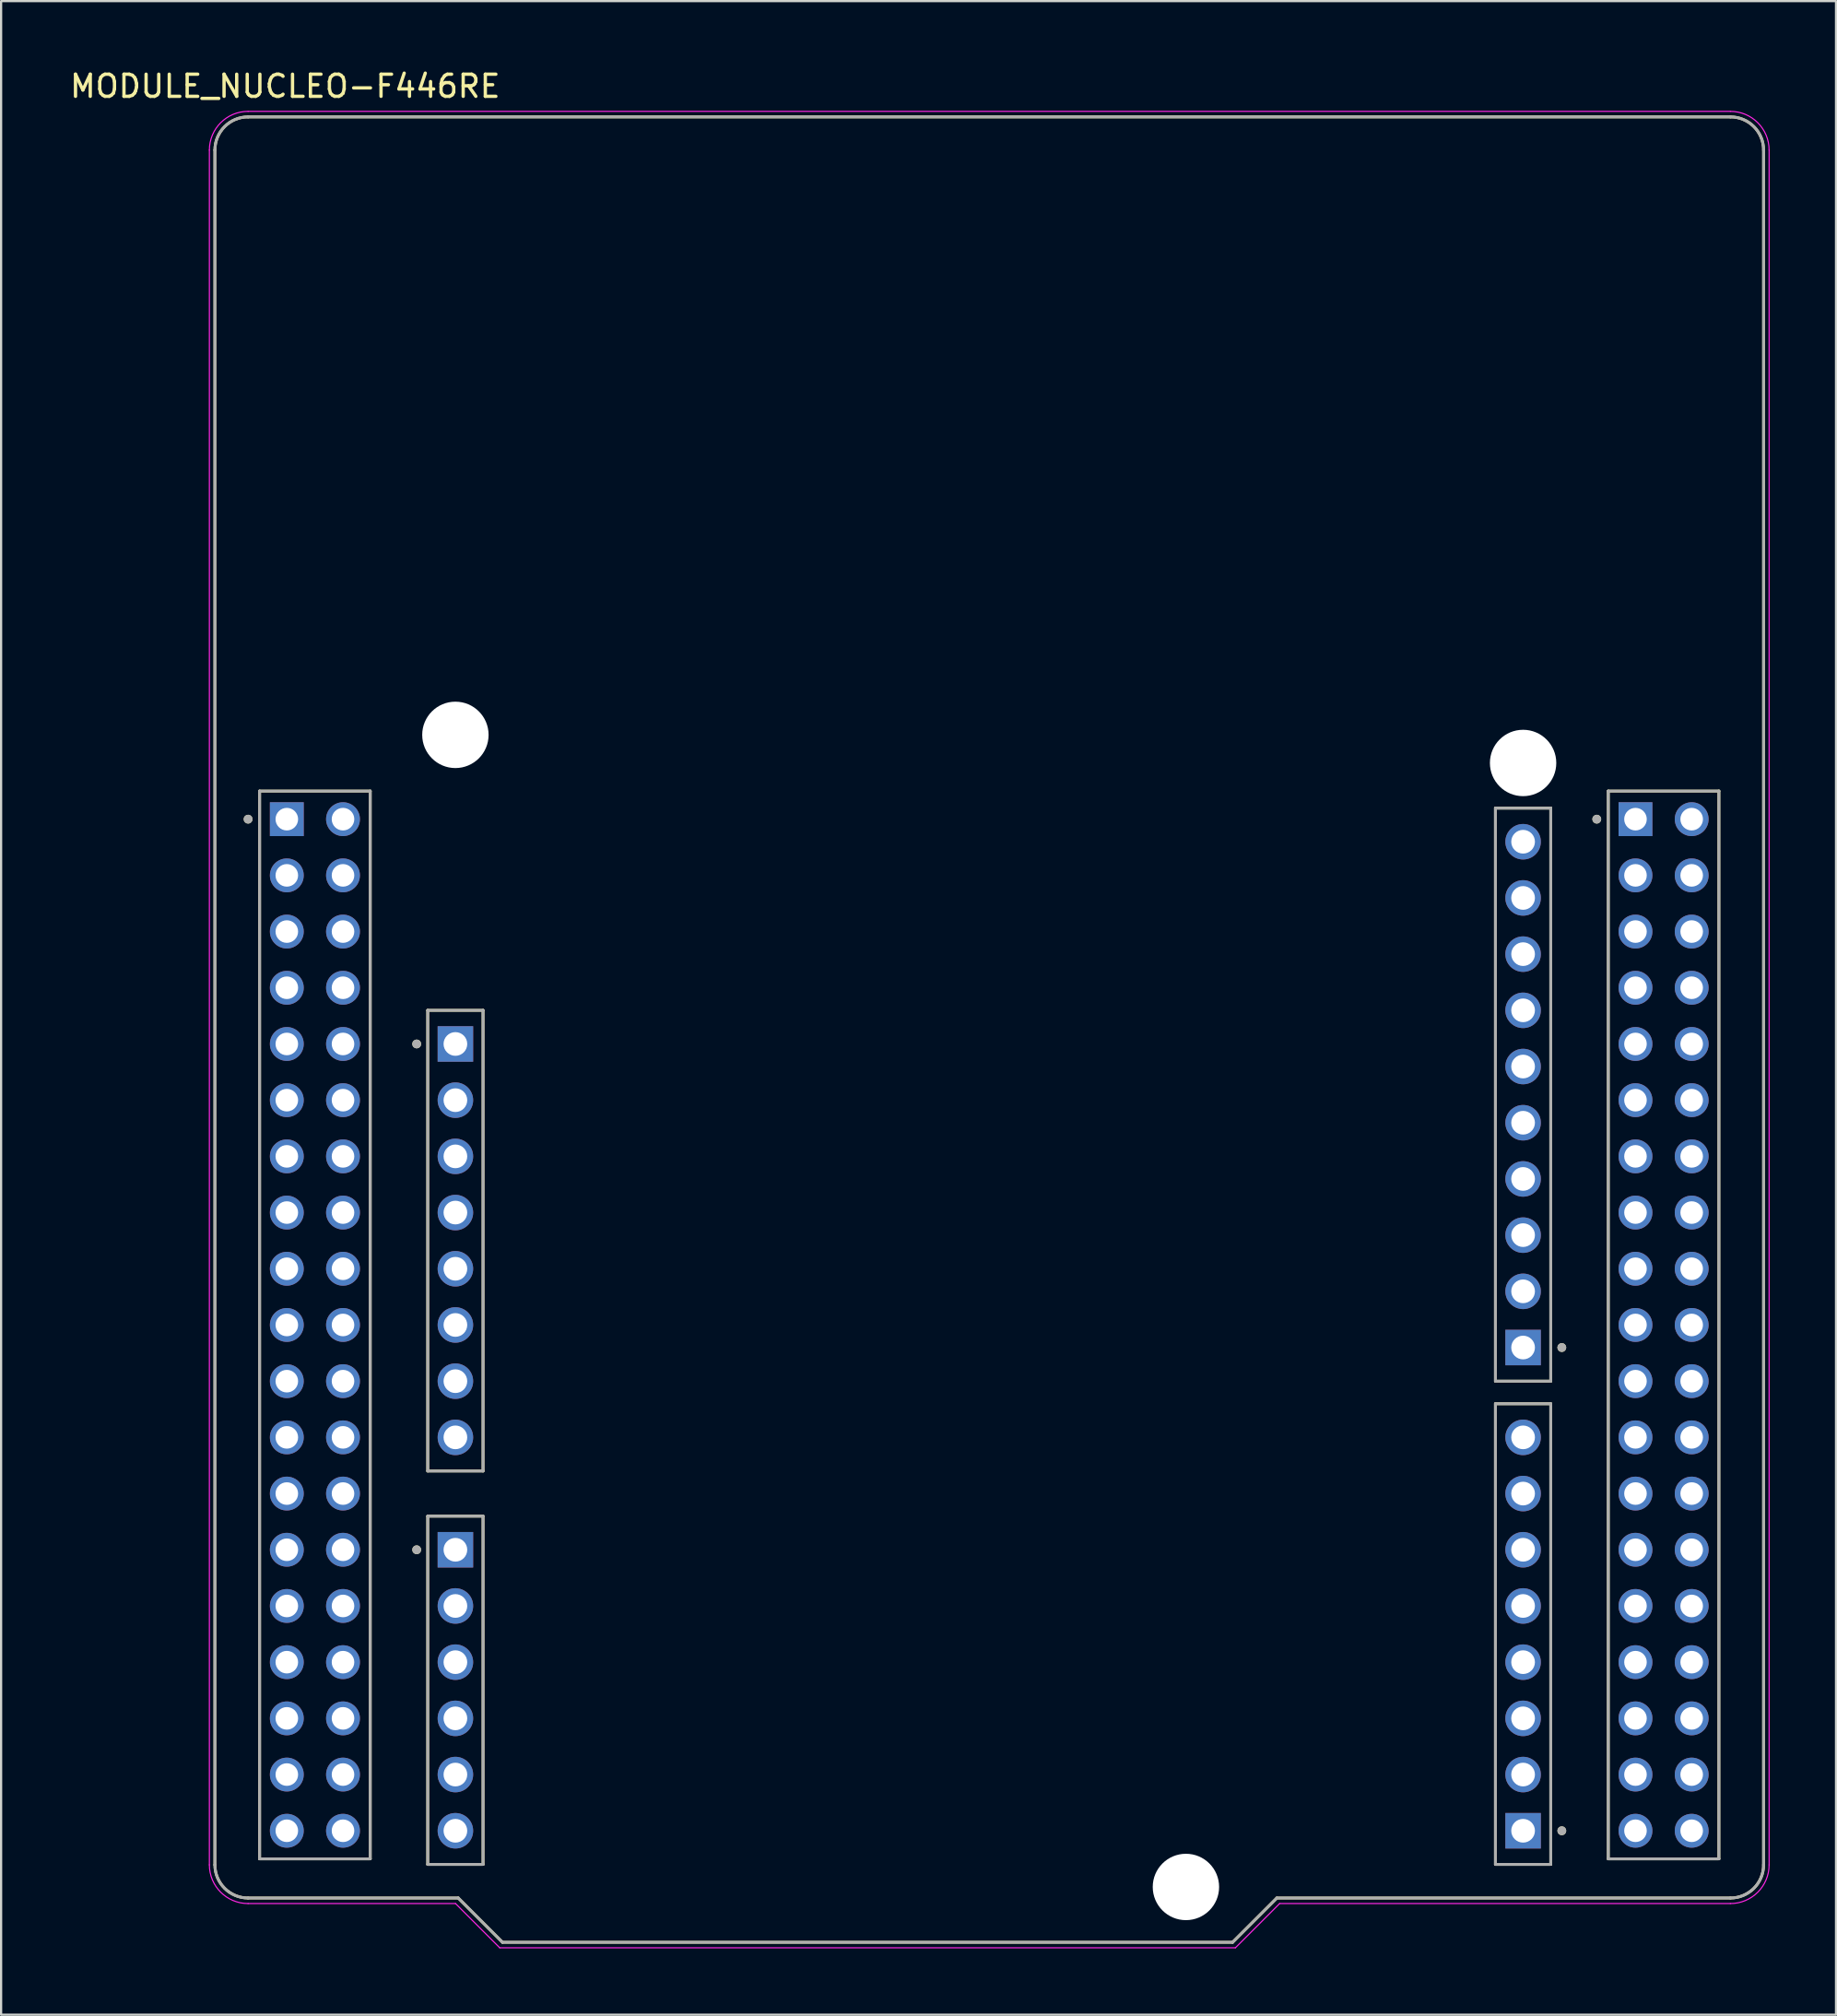
<source format=kicad_pcb>
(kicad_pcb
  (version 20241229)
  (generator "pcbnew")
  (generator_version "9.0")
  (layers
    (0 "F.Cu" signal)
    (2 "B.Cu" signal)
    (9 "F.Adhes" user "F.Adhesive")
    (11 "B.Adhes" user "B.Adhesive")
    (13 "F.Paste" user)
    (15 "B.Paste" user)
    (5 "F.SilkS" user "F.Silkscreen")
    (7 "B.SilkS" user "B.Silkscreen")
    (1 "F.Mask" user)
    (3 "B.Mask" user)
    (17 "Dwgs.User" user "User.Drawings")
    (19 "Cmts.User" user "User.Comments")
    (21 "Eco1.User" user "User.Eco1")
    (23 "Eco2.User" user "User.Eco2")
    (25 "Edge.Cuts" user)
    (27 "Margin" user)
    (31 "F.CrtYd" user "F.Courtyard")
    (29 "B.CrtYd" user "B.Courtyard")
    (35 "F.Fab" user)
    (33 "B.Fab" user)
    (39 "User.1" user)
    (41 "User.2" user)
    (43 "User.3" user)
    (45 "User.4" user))
  (footprint "MODULE_NUCLEO-F446RE"
    (layer "F.Cu")
    (at 41.664 43.483)
    (property "Reference" "MODULE_NUCLEO-F446RE" (at -31.825 -42.635 0) (layer "F.SilkS") (effects (font (size 1 1) (thickness 0.15))))
    (attr through_hole)
    (fp_line (start -35 37.75) (end -35 -39.75) (stroke (width 0.127) (type solid)) (layer "F.SilkS"))
    (fp_line (start -33.5 -41.25) (end 33.5 -41.25) (stroke (width 0.127) (type solid)) (layer "F.SilkS"))
    (fp_line (start -32.98 -10.78) (end -32.98 37.48) (stroke (width 0.127) (type solid)) (layer "F.SilkS"))
    (fp_line (start -32.98 37.48) (end -27.98 37.48) (stroke (width 0.127) (type solid)) (layer "F.SilkS"))
    (fp_line (start -27.98 -10.78) (end -32.98 -10.78) (stroke (width 0.127) (type solid)) (layer "F.SilkS"))
    (fp_line (start -27.98 37.48) (end -27.98 -10.78) (stroke (width 0.127) (type solid)) (layer "F.SilkS"))
    (fp_line (start -25.38 -0.87) (end -25.38 19.95) (stroke (width 0.127) (type solid)) (layer "F.SilkS"))
    (fp_line (start -25.38 19.95) (end -22.88 19.95) (stroke (width 0.127) (type solid)) (layer "F.SilkS"))
    (fp_line (start -25.38 21.99) (end -25.38 37.73) (stroke (width 0.127) (type solid)) (layer "F.SilkS"))
    (fp_line (start -25.38 37.73) (end -22.88 37.73) (stroke (width 0.127) (type solid)) (layer "F.SilkS"))
    (fp_line (start -24 39.25) (end -33.5 39.25) (stroke (width 0.127) (type solid)) (layer "F.SilkS"))
    (fp_line (start -22.88 -0.87) (end -25.38 -0.87) (stroke (width 0.127) (type solid)) (layer "F.SilkS"))
    (fp_line (start -22.88 19.95) (end -22.88 -0.87) (stroke (width 0.127) (type solid)) (layer "F.SilkS"))
    (fp_line (start -22.88 21.99) (end -25.38 21.99) (stroke (width 0.127) (type solid)) (layer "F.SilkS"))
    (fp_line (start -22.88 37.73) (end -22.88 21.99) (stroke (width 0.127) (type solid)) (layer "F.SilkS"))
    (fp_line (start -22 41.25) (end -24 39.25) (stroke (width 0.127) (type solid)) (layer "F.SilkS"))
    (fp_line (start 11 41.25) (end -22 41.25) (stroke (width 0.127) (type solid)) (layer "F.SilkS"))
    (fp_line (start 13 39.25) (end 11 41.25) (stroke (width 0.127) (type solid)) (layer "F.SilkS"))
    (fp_line (start 22.88 -10.01) (end 22.88 15.89) (stroke (width 0.127) (type solid)) (layer "F.SilkS"))
    (fp_line (start 22.88 15.89) (end 25.38 15.89) (stroke (width 0.127) (type solid)) (layer "F.SilkS"))
    (fp_line (start 22.88 16.91) (end 22.88 37.73) (stroke (width 0.127) (type solid)) (layer "F.SilkS"))
    (fp_line (start 22.88 37.73) (end 25.38 37.73) (stroke (width 0.127) (type solid)) (layer "F.SilkS"))
    (fp_line (start 25.38 -10.01) (end 22.88 -10.01) (stroke (width 0.127) (type solid)) (layer "F.SilkS"))
    (fp_line (start 25.38 15.89) (end 25.38 -10.01) (stroke (width 0.127) (type solid)) (layer "F.SilkS"))
    (fp_line (start 25.38 16.91) (end 22.88 16.91) (stroke (width 0.127) (type solid)) (layer "F.SilkS"))
    (fp_line (start 25.38 37.73) (end 25.38 16.91) (stroke (width 0.127) (type solid)) (layer "F.SilkS"))
    (fp_line (start 27.98 -10.78) (end 27.98 37.48) (stroke (width 0.127) (type solid)) (layer "F.SilkS"))
    (fp_line (start 27.98 37.48) (end 32.98 37.48) (stroke (width 0.127) (type solid)) (layer "F.SilkS"))
    (fp_line (start 32.98 -10.78) (end 27.98 -10.78) (stroke (width 0.127) (type solid)) (layer "F.SilkS"))
    (fp_line (start 32.98 37.48) (end 32.98 -10.78) (stroke (width 0.127) (type solid)) (layer "F.SilkS"))
    (fp_line (start 33.5 39.25) (end 13 39.25) (stroke (width 0.127) (type solid)) (layer "F.SilkS"))
    (fp_line (start 35 -39.75) (end 35 37.75) (stroke (width 0.127) (type solid)) (layer "F.SilkS"))
    (fp_arc (start -35 -39.75) (mid -34.56066 -40.81066) (end -33.5 -41.25) (stroke (width 0.127) (type solid)) (layer "F.SilkS"))
    (fp_arc (start -33.5 39.25) (mid -34.56066 38.81066) (end -35 37.75) (stroke (width 0.127) (type solid)) (layer "F.SilkS"))
    (fp_arc (start 33.5 -41.25) (mid 34.56066 -40.81066) (end 35 -39.75) (stroke (width 0.127) (type solid)) (layer "F.SilkS"))
    (fp_arc (start 35 37.75) (mid 34.56066 38.81066) (end 33.5 39.25) (stroke (width 0.127) (type solid)) (layer "F.SilkS"))
    (fp_circle (center -33.5 -9.51) (end -33.4 -9.51) (stroke (width 0.2) (type solid)) (fill no) (layer "F.SilkS"))
    (fp_circle (center -25.88 0.65) (end -25.78 0.65) (stroke (width 0.2) (type solid)) (fill no) (layer "F.SilkS"))
    (fp_circle (center -25.88 23.51) (end -25.78 23.51) (stroke (width 0.2) (type solid)) (fill no) (layer "F.SilkS"))
    (fp_circle (center 25.88 14.37) (end 25.98 14.37) (stroke (width 0.2) (type solid)) (fill no) (layer "F.SilkS"))
    (fp_circle (center 25.88 36.21) (end 25.98 36.21) (stroke (width 0.2) (type solid)) (fill no) (layer "F.SilkS"))
    (fp_circle (center 27.46 -9.51) (end 27.56 -9.51) (stroke (width 0.2) (type solid)) (fill no) (layer "F.SilkS"))
    (fp_line (start -35.25 37.75) (end -35.25 -39.75) (stroke (width 0.05) (type solid)) (layer "F.CrtYd"))
    (fp_line (start -33.5 -41.5) (end 33.5 -41.5) (stroke (width 0.05) (type solid)) (layer "F.CrtYd"))
    (fp_line (start -24.125 39.5) (end -33.5 39.5) (stroke (width 0.05) (type solid)) (layer "F.CrtYd"))
    (fp_line (start -22.125 41.5) (end -24.125 39.5) (stroke (width 0.05) (type solid)) (layer "F.CrtYd"))
    (fp_line (start 11.125 41.5) (end -22.125 41.5) (stroke (width 0.05) (type solid)) (layer "F.CrtYd"))
    (fp_line (start 13.125 39.5) (end 11.125 41.5) (stroke (width 0.05) (type solid)) (layer "F.CrtYd"))
    (fp_line (start 33.5 39.5) (end 13.125 39.5) (stroke (width 0.05) (type solid)) (layer "F.CrtYd"))
    (fp_line (start 35.25 -39.75) (end 35.25 37.75) (stroke (width 0.05) (type solid)) (layer "F.CrtYd"))
    (fp_arc (start -35.25 -39.75) (mid -34.737437 -40.987437) (end -33.5 -41.5) (stroke (width 0.05) (type solid)) (layer "F.CrtYd"))
    (fp_arc (start -33.5 39.5) (mid -34.737437 38.987437) (end -35.25 37.75) (stroke (width 0.05) (type solid)) (layer "F.CrtYd"))
    (fp_arc (start 33.5 -41.5) (mid 34.737437 -40.987437) (end 35.25 -39.75) (stroke (width 0.05) (type solid)) (layer "F.CrtYd"))
    (fp_arc (start 35.25 37.75) (mid 34.737437 38.987437) (end 33.5 39.5) (stroke (width 0.05) (type solid)) (layer "F.CrtYd"))
    (fp_line (start -35 37.75) (end -35 -39.75) (stroke (width 0.127) (type solid)) (layer "F.Fab"))
    (fp_line (start -33.5 -41.25) (end 33.5 -41.25) (stroke (width 0.127) (type solid)) (layer "F.Fab"))
    (fp_line (start -32.98 -10.78) (end -32.98 37.48) (stroke (width 0.127) (type solid)) (layer "F.Fab"))
    (fp_line (start -32.98 37.48) (end -27.98 37.48) (stroke (width 0.127) (type solid)) (layer "F.Fab"))
    (fp_line (start -27.98 -10.78) (end -32.98 -10.78) (stroke (width 0.127) (type solid)) (layer "F.Fab"))
    (fp_line (start -27.98 37.48) (end -27.98 -10.78) (stroke (width 0.127) (type solid)) (layer "F.Fab"))
    (fp_line (start -25.38 -0.87) (end -25.38 19.95) (stroke (width 0.127) (type solid)) (layer "F.Fab"))
    (fp_line (start -25.38 19.95) (end -22.88 19.95) (stroke (width 0.127) (type solid)) (layer "F.Fab"))
    (fp_line (start -25.38 21.99) (end -25.38 37.73) (stroke (width 0.127) (type solid)) (layer "F.Fab"))
    (fp_line (start -25.38 37.73) (end -22.88 37.73) (stroke (width 0.127) (type solid)) (layer "F.Fab"))
    (fp_line (start -24 39.25) (end -33.5 39.25) (stroke (width 0.127) (type solid)) (layer "F.Fab"))
    (fp_line (start -22.88 -0.87) (end -25.38 -0.87) (stroke (width 0.127) (type solid)) (layer "F.Fab"))
    (fp_line (start -22.88 19.95) (end -22.88 -0.87) (stroke (width 0.127) (type solid)) (layer "F.Fab"))
    (fp_line (start -22.88 21.99) (end -25.38 21.99) (stroke (width 0.127) (type solid)) (layer "F.Fab"))
    (fp_line (start -22.88 37.73) (end -22.88 21.99) (stroke (width 0.127) (type solid)) (layer "F.Fab"))
    (fp_line (start -22 41.25) (end -24 39.25) (stroke (width 0.127) (type solid)) (layer "F.Fab"))
    (fp_line (start 11 41.25) (end -22 41.25) (stroke (width 0.127) (type solid)) (layer "F.Fab"))
    (fp_line (start 13 39.25) (end 11 41.25) (stroke (width 0.127) (type solid)) (layer "F.Fab"))
    (fp_line (start 22.88 -10.01) (end 22.88 15.89) (stroke (width 0.127) (type solid)) (layer "F.Fab"))
    (fp_line (start 22.88 15.89) (end 25.38 15.89) (stroke (width 0.127) (type solid)) (layer "F.Fab"))
    (fp_line (start 22.88 16.91) (end 22.88 37.73) (stroke (width 0.127) (type solid)) (layer "F.Fab"))
    (fp_line (start 22.88 37.73) (end 25.38 37.73) (stroke (width 0.127) (type solid)) (layer "F.Fab"))
    (fp_line (start 25.38 -10.01) (end 22.88 -10.01) (stroke (width 0.127) (type solid)) (layer "F.Fab"))
    (fp_line (start 25.38 15.89) (end 25.38 -10.01) (stroke (width 0.127) (type solid)) (layer "F.Fab"))
    (fp_line (start 25.38 16.91) (end 22.88 16.91) (stroke (width 0.127) (type solid)) (layer "F.Fab"))
    (fp_line (start 25.38 37.73) (end 25.38 16.91) (stroke (width 0.127) (type solid)) (layer "F.Fab"))
    (fp_line (start 27.98 -10.78) (end 27.98 37.48) (stroke (width 0.127) (type solid)) (layer "F.Fab"))
    (fp_line (start 27.98 37.48) (end 32.98 37.48) (stroke (width 0.127) (type solid)) (layer "F.Fab"))
    (fp_line (start 32.98 -10.78) (end 27.98 -10.78) (stroke (width 0.127) (type solid)) (layer "F.Fab"))
    (fp_line (start 32.98 37.48) (end 32.98 -10.78) (stroke (width 0.127) (type solid)) (layer "F.Fab"))
    (fp_line (start 33.5 39.25) (end 13 39.25) (stroke (width 0.127) (type solid)) (layer "F.Fab"))
    (fp_line (start 35 -39.75) (end 35 37.75) (stroke (width 0.127) (type solid)) (layer "F.Fab"))
    (fp_arc (start -35 -39.75) (mid -34.56066 -40.81066) (end -33.5 -41.25) (stroke (width 0.127) (type solid)) (layer "F.Fab"))
    (fp_arc (start -33.5 39.25) (mid -34.56066 38.81066) (end -35 37.75) (stroke (width 0.127) (type solid)) (layer "F.Fab"))
    (fp_arc (start 33.5 -41.25) (mid 34.56066 -40.81066) (end 35 -39.75) (stroke (width 0.127) (type solid)) (layer "F.Fab"))
    (fp_arc (start 35 37.75) (mid 34.56066 38.81066) (end 33.5 39.25) (stroke (width 0.127) (type solid)) (layer "F.Fab"))
    (fp_circle (center -33.5 -9.51) (end -33.4 -9.51) (stroke (width 0.2) (type solid)) (fill no) (layer "F.Fab"))
    (fp_circle (center -25.88 0.65) (end -25.78 0.65) (stroke (width 0.2) (type solid)) (fill no) (layer "F.Fab"))
    (fp_circle (center -25.88 23.51) (end -25.78 23.51) (stroke (width 0.2) (type solid)) (fill no) (layer "F.Fab"))
    (fp_circle (center 25.88 14.37) (end 25.98 14.37) (stroke (width 0.2) (type solid)) (fill no) (layer "F.Fab"))
    (fp_circle (center 25.88 36.21) (end 25.98 36.21) (stroke (width 0.2) (type solid)) (fill no) (layer "F.Fab"))
    (fp_circle (center 27.46 -9.51) (end 27.56 -9.51) (stroke (width 0.2) (type solid)) (fill no) (layer "F.Fab"))
    (pad "" np_thru_hole circle (at -24.13 -13.32) (size 3 3) (drill 3) (layers "*.Cu" "*.Mask"))
    (pad "" np_thru_hole circle (at 8.89 38.75) (size 3 3) (drill 3) (layers "*.Cu" "*.Mask"))
    (pad "" np_thru_hole circle (at 24.13 -12.05) (size 3 3) (drill 3) (layers "*.Cu" "*.Mask"))
    (pad "CN5_1" thru_hole rect (at 24.13 14.37) (size 1.605 1.605) (drill 1.07) (layers "*.Cu" "*.Mask"))
    (pad "CN5_2" thru_hole circle (at 24.13 11.83) (size 1.605 1.605) (drill 1.07) (layers "*.Cu" "*.Mask"))
    (pad "CN5_3" thru_hole circle (at 24.13 9.29) (size 1.605 1.605) (drill 1.07) (layers "*.Cu" "*.Mask"))
    (pad "CN5_4" thru_hole circle (at 24.13 6.75) (size 1.605 1.605) (drill 1.07) (layers "*.Cu" "*.Mask"))
    (pad "CN5_5" thru_hole circle (at 24.13 4.21) (size 1.605 1.605) (drill 1.07) (layers "*.Cu" "*.Mask"))
    (pad "CN5_6" thru_hole circle (at 24.13 1.67) (size 1.605 1.605) (drill 1.07) (layers "*.Cu" "*.Mask"))
    (pad "CN5_7" thru_hole circle (at 24.13 -0.87) (size 1.605 1.605) (drill 1.07) (layers "*.Cu" "*.Mask"))
    (pad "CN5_8" thru_hole circle (at 24.13 -3.41) (size 1.605 1.605) (drill 1.07) (layers "*.Cu" "*.Mask"))
    (pad "CN5_9" thru_hole circle (at 24.13 -5.95) (size 1.605 1.605) (drill 1.07) (layers "*.Cu" "*.Mask"))
    (pad "CN5_10" thru_hole circle (at 24.13 -8.49) (size 1.605 1.605) (drill 1.07) (layers "*.Cu" "*.Mask"))
    (pad "CN6_1" thru_hole rect (at -24.13 0.65) (size 1.605 1.605) (drill 1.07) (layers "*.Cu" "*.Mask"))
    (pad "CN6_2" thru_hole circle (at -24.13 3.19) (size 1.605 1.605) (drill 1.07) (layers "*.Cu" "*.Mask"))
    (pad "CN6_3" thru_hole circle (at -24.13 5.73) (size 1.605 1.605) (drill 1.07) (layers "*.Cu" "*.Mask"))
    (pad "CN6_4" thru_hole circle (at -24.13 8.27) (size 1.605 1.605) (drill 1.07) (layers "*.Cu" "*.Mask"))
    (pad "CN6_5" thru_hole circle (at -24.13 10.81) (size 1.605 1.605) (drill 1.07) (layers "*.Cu" "*.Mask"))
    (pad "CN6_6" thru_hole circle (at -24.13 13.35) (size 1.605 1.605) (drill 1.07) (layers "*.Cu" "*.Mask"))
    (pad "CN6_7" thru_hole circle (at -24.13 15.89) (size 1.605 1.605) (drill 1.07) (layers "*.Cu" "*.Mask"))
    (pad "CN6_8" thru_hole circle (at -24.13 18.43) (size 1.605 1.605) (drill 1.07) (layers "*.Cu" "*.Mask"))
    (pad "CN7_1" thru_hole rect (at -31.75 -9.51) (size 1.53 1.53) (drill 1.02) (layers "*.Cu" "*.Mask"))
    (pad "CN7_2" thru_hole circle (at -29.21 -9.51) (size 1.53 1.53) (drill 1.02) (layers "*.Cu" "*.Mask"))
    (pad "CN7_3" thru_hole circle (at -31.75 -6.97) (size 1.53 1.53) (drill 1.02) (layers "*.Cu" "*.Mask"))
    (pad "CN7_4" thru_hole circle (at -29.21 -6.97) (size 1.53 1.53) (drill 1.02) (layers "*.Cu" "*.Mask"))
    (pad "CN7_5" thru_hole circle (at -31.75 -4.43) (size 1.53 1.53) (drill 1.02) (layers "*.Cu" "*.Mask"))
    (pad "CN7_6" thru_hole circle (at -29.21 -4.43) (size 1.53 1.53) (drill 1.02) (layers "*.Cu" "*.Mask"))
    (pad "CN7_7" thru_hole circle (at -31.75 -1.89) (size 1.53 1.53) (drill 1.02) (layers "*.Cu" "*.Mask"))
    (pad "CN7_8" thru_hole circle (at -29.21 -1.89) (size 1.53 1.53) (drill 1.02) (layers "*.Cu" "*.Mask"))
    (pad "CN7_9" thru_hole circle (at -31.75 0.65) (size 1.53 1.53) (drill 1.02) (layers "*.Cu" "*.Mask"))
    (pad "CN7_10" thru_hole circle (at -29.21 0.65) (size 1.53 1.53) (drill 1.02) (layers "*.Cu" "*.Mask"))
    (pad "CN7_11" thru_hole circle (at -31.75 3.19) (size 1.53 1.53) (drill 1.02) (layers "*.Cu" "*.Mask"))
    (pad "CN7_12" thru_hole circle (at -29.21 3.19) (size 1.53 1.53) (drill 1.02) (layers "*.Cu" "*.Mask"))
    (pad "CN7_13" thru_hole circle (at -31.75 5.73) (size 1.53 1.53) (drill 1.02) (layers "*.Cu" "*.Mask"))
    (pad "CN7_14" thru_hole circle (at -29.21 5.73) (size 1.53 1.53) (drill 1.02) (layers "*.Cu" "*.Mask"))
    (pad "CN7_15" thru_hole circle (at -31.75 8.27) (size 1.53 1.53) (drill 1.02) (layers "*.Cu" "*.Mask"))
    (pad "CN7_16" thru_hole circle (at -29.21 8.27) (size 1.53 1.53) (drill 1.02) (layers "*.Cu" "*.Mask"))
    (pad "CN7_17" thru_hole circle (at -31.75 10.81) (size 1.53 1.53) (drill 1.02) (layers "*.Cu" "*.Mask"))
    (pad "CN7_18" thru_hole circle (at -29.21 10.81) (size 1.53 1.53) (drill 1.02) (layers "*.Cu" "*.Mask"))
    (pad "CN7_19" thru_hole circle (at -31.75 13.35) (size 1.53 1.53) (drill 1.02) (layers "*.Cu" "*.Mask"))
    (pad "CN7_20" thru_hole circle (at -29.21 13.35) (size 1.53 1.53) (drill 1.02) (layers "*.Cu" "*.Mask"))
    (pad "CN7_21" thru_hole circle (at -31.75 15.89) (size 1.53 1.53) (drill 1.02) (layers "*.Cu" "*.Mask"))
    (pad "CN7_22" thru_hole circle (at -29.21 15.89) (size 1.53 1.53) (drill 1.02) (layers "*.Cu" "*.Mask"))
    (pad "CN7_23" thru_hole circle (at -31.75 18.43) (size 1.53 1.53) (drill 1.02) (layers "*.Cu" "*.Mask"))
    (pad "CN7_24" thru_hole circle (at -29.21 18.43) (size 1.53 1.53) (drill 1.02) (layers "*.Cu" "*.Mask"))
    (pad "CN7_25" thru_hole circle (at -31.75 20.97) (size 1.53 1.53) (drill 1.02) (layers "*.Cu" "*.Mask"))
    (pad "CN7_26" thru_hole circle (at -29.21 20.97) (size 1.53 1.53) (drill 1.02) (layers "*.Cu" "*.Mask"))
    (pad "CN7_27" thru_hole circle (at -31.75 23.51) (size 1.53 1.53) (drill 1.02) (layers "*.Cu" "*.Mask"))
    (pad "CN7_28" thru_hole circle (at -29.21 23.51) (size 1.53 1.53) (drill 1.02) (layers "*.Cu" "*.Mask"))
    (pad "CN7_29" thru_hole circle (at -31.75 26.05) (size 1.53 1.53) (drill 1.02) (layers "*.Cu" "*.Mask"))
    (pad "CN7_30" thru_hole circle (at -29.21 26.05) (size 1.53 1.53) (drill 1.02) (layers "*.Cu" "*.Mask"))
    (pad "CN7_31" thru_hole circle (at -31.75 28.59) (size 1.53 1.53) (drill 1.02) (layers "*.Cu" "*.Mask"))
    (pad "CN7_32" thru_hole circle (at -29.21 28.59) (size 1.53 1.53) (drill 1.02) (layers "*.Cu" "*.Mask"))
    (pad "CN7_33" thru_hole circle (at -31.75 31.13) (size 1.53 1.53) (drill 1.02) (layers "*.Cu" "*.Mask"))
    (pad "CN7_34" thru_hole circle (at -29.21 31.13) (size 1.53 1.53) (drill 1.02) (layers "*.Cu" "*.Mask"))
    (pad "CN7_35" thru_hole circle (at -31.75 33.67) (size 1.53 1.53) (drill 1.02) (layers "*.Cu" "*.Mask"))
    (pad "CN7_36" thru_hole circle (at -29.21 33.67) (size 1.53 1.53) (drill 1.02) (layers "*.Cu" "*.Mask"))
    (pad "CN7_37" thru_hole circle (at -31.75 36.21) (size 1.53 1.53) (drill 1.02) (layers "*.Cu" "*.Mask"))
    (pad "CN7_38" thru_hole circle (at -29.21 36.21) (size 1.53 1.53) (drill 1.02) (layers "*.Cu" "*.Mask"))
    (pad "CN8_1" thru_hole rect (at -24.13 23.51) (size 1.605 1.605) (drill 1.07) (layers "*.Cu" "*.Mask"))
    (pad "CN8_2" thru_hole circle (at -24.13 26.05) (size 1.605 1.605) (drill 1.07) (layers "*.Cu" "*.Mask"))
    (pad "CN8_3" thru_hole circle (at -24.13 28.59) (size 1.605 1.605) (drill 1.07) (layers "*.Cu" "*.Mask"))
    (pad "CN8_4" thru_hole circle (at -24.13 31.13) (size 1.605 1.605) (drill 1.07) (layers "*.Cu" "*.Mask"))
    (pad "CN8_5" thru_hole circle (at -24.13 33.67) (size 1.605 1.605) (drill 1.07) (layers "*.Cu" "*.Mask"))
    (pad "CN8_6" thru_hole circle (at -24.13 36.21) (size 1.605 1.605) (drill 1.07) (layers "*.Cu" "*.Mask"))
    (pad "CN9_1" thru_hole rect (at 24.13 36.21) (size 1.605 1.605) (drill 1.07) (layers "*.Cu" "*.Mask"))
    (pad "CN9_2" thru_hole circle (at 24.13 33.67) (size 1.605 1.605) (drill 1.07) (layers "*.Cu" "*.Mask"))
    (pad "CN9_3" thru_hole circle (at 24.13 31.13) (size 1.605 1.605) (drill 1.07) (layers "*.Cu" "*.Mask"))
    (pad "CN9_4" thru_hole circle (at 24.13 28.59) (size 1.605 1.605) (drill 1.07) (layers "*.Cu" "*.Mask"))
    (pad "CN9_5" thru_hole circle (at 24.13 26.05) (size 1.605 1.605) (drill 1.07) (layers "*.Cu" "*.Mask"))
    (pad "CN9_6" thru_hole circle (at 24.13 23.51) (size 1.605 1.605) (drill 1.07) (layers "*.Cu" "*.Mask"))
    (pad "CN9_7" thru_hole circle (at 24.13 20.97) (size 1.605 1.605) (drill 1.07) (layers "*.Cu" "*.Mask"))
    (pad "CN9_8" thru_hole circle (at 24.13 18.43) (size 1.605 1.605) (drill 1.07) (layers "*.Cu" "*.Mask"))
    (pad "CN10_1" thru_hole rect (at 29.21 -9.51) (size 1.53 1.53) (drill 1.02) (layers "*.Cu" "*.Mask"))
    (pad "CN10_2" thru_hole circle (at 31.75 -9.51) (size 1.53 1.53) (drill 1.02) (layers "*.Cu" "*.Mask"))
    (pad "CN10_3" thru_hole circle (at 29.21 -6.97) (size 1.53 1.53) (drill 1.02) (layers "*.Cu" "*.Mask"))
    (pad "CN10_4" thru_hole circle (at 31.75 -6.97) (size 1.53 1.53) (drill 1.02) (layers "*.Cu" "*.Mask"))
    (pad "CN10_5" thru_hole circle (at 29.21 -4.43) (size 1.53 1.53) (drill 1.02) (layers "*.Cu" "*.Mask"))
    (pad "CN10_6" thru_hole circle (at 31.75 -4.43) (size 1.53 1.53) (drill 1.02) (layers "*.Cu" "*.Mask"))
    (pad "CN10_7" thru_hole circle (at 29.21 -1.89) (size 1.53 1.53) (drill 1.02) (layers "*.Cu" "*.Mask"))
    (pad "CN10_8" thru_hole circle (at 31.75 -1.89) (size 1.53 1.53) (drill 1.02) (layers "*.Cu" "*.Mask"))
    (pad "CN10_9" thru_hole circle (at 29.21 0.65) (size 1.53 1.53) (drill 1.02) (layers "*.Cu" "*.Mask"))
    (pad "CN10_10" thru_hole circle (at 31.75 0.65) (size 1.53 1.53) (drill 1.02) (layers "*.Cu" "*.Mask"))
    (pad "CN10_11" thru_hole circle (at 29.21 3.19) (size 1.53 1.53) (drill 1.02) (layers "*.Cu" "*.Mask"))
    (pad "CN10_12" thru_hole circle (at 31.75 3.19) (size 1.53 1.53) (drill 1.02) (layers "*.Cu" "*.Mask"))
    (pad "CN10_13" thru_hole circle (at 29.21 5.73) (size 1.53 1.53) (drill 1.02) (layers "*.Cu" "*.Mask"))
    (pad "CN10_14" thru_hole circle (at 31.75 5.73) (size 1.53 1.53) (drill 1.02) (layers "*.Cu" "*.Mask"))
    (pad "CN10_15" thru_hole circle (at 29.21 8.27) (size 1.53 1.53) (drill 1.02) (layers "*.Cu" "*.Mask"))
    (pad "CN10_16" thru_hole circle (at 31.75 8.27) (size 1.53 1.53) (drill 1.02) (layers "*.Cu" "*.Mask"))
    (pad "CN10_17" thru_hole circle (at 29.21 10.81) (size 1.53 1.53) (drill 1.02) (layers "*.Cu" "*.Mask"))
    (pad "CN10_18" thru_hole circle (at 31.75 10.81) (size 1.53 1.53) (drill 1.02) (layers "*.Cu" "*.Mask"))
    (pad "CN10_19" thru_hole circle (at 29.21 13.35) (size 1.53 1.53) (drill 1.02) (layers "*.Cu" "*.Mask"))
    (pad "CN10_20" thru_hole circle (at 31.75 13.35) (size 1.53 1.53) (drill 1.02) (layers "*.Cu" "*.Mask"))
    (pad "CN10_21" thru_hole circle (at 29.21 15.89) (size 1.53 1.53) (drill 1.02) (layers "*.Cu" "*.Mask"))
    (pad "CN10_22" thru_hole circle (at 31.75 15.89) (size 1.53 1.53) (drill 1.02) (layers "*.Cu" "*.Mask"))
    (pad "CN10_23" thru_hole circle (at 29.21 18.43) (size 1.53 1.53) (drill 1.02) (layers "*.Cu" "*.Mask"))
    (pad "CN10_24" thru_hole circle (at 31.75 18.43) (size 1.53 1.53) (drill 1.02) (layers "*.Cu" "*.Mask"))
    (pad "CN10_25" thru_hole circle (at 29.21 20.97) (size 1.53 1.53) (drill 1.02) (layers "*.Cu" "*.Mask"))
    (pad "CN10_26" thru_hole circle (at 31.75 20.97) (size 1.53 1.53) (drill 1.02) (layers "*.Cu" "*.Mask"))
    (pad "CN10_27" thru_hole circle (at 29.21 23.51) (size 1.53 1.53) (drill 1.02) (layers "*.Cu" "*.Mask"))
    (pad "CN10_28" thru_hole circle (at 31.75 23.51) (size 1.53 1.53) (drill 1.02) (layers "*.Cu" "*.Mask"))
    (pad "CN10_29" thru_hole circle (at 29.21 26.05) (size 1.53 1.53) (drill 1.02) (layers "*.Cu" "*.Mask"))
    (pad "CN10_30" thru_hole circle (at 31.75 26.05) (size 1.53 1.53) (drill 1.02) (layers "*.Cu" "*.Mask"))
    (pad "CN10_31" thru_hole circle (at 29.21 28.59) (size 1.53 1.53) (drill 1.02) (layers "*.Cu" "*.Mask"))
    (pad "CN10_32" thru_hole circle (at 31.75 28.59) (size 1.53 1.53) (drill 1.02) (layers "*.Cu" "*.Mask"))
    (pad "CN10_33" thru_hole circle (at 29.21 31.13) (size 1.53 1.53) (drill 1.02) (layers "*.Cu" "*.Mask"))
    (pad "CN10_34" thru_hole circle (at 31.75 31.13) (size 1.53 1.53) (drill 1.02) (layers "*.Cu" "*.Mask"))
    (pad "CN10_35" thru_hole circle (at 29.21 33.67) (size 1.53 1.53) (drill 1.02) (layers "*.Cu" "*.Mask"))
    (pad "CN10_36" thru_hole circle (at 31.75 33.67) (size 1.53 1.53) (drill 1.02) (layers "*.Cu" "*.Mask"))
    (pad "CN10_37" thru_hole circle (at 29.21 36.21) (size 1.53 1.53) (drill 1.02) (layers "*.Cu" "*.Mask"))
    (pad "CN10_38" thru_hole circle (at 31.75 36.21) (size 1.53 1.53) (drill 1.02) (layers "*.Cu" "*.Mask")))
  (gr_rect
    (start -3 -3)
    (end 79.939 88.008)
    (stroke (width 0.1) (type default))
    (fill no)
    (layer "Edge.Cuts")))
</source>
